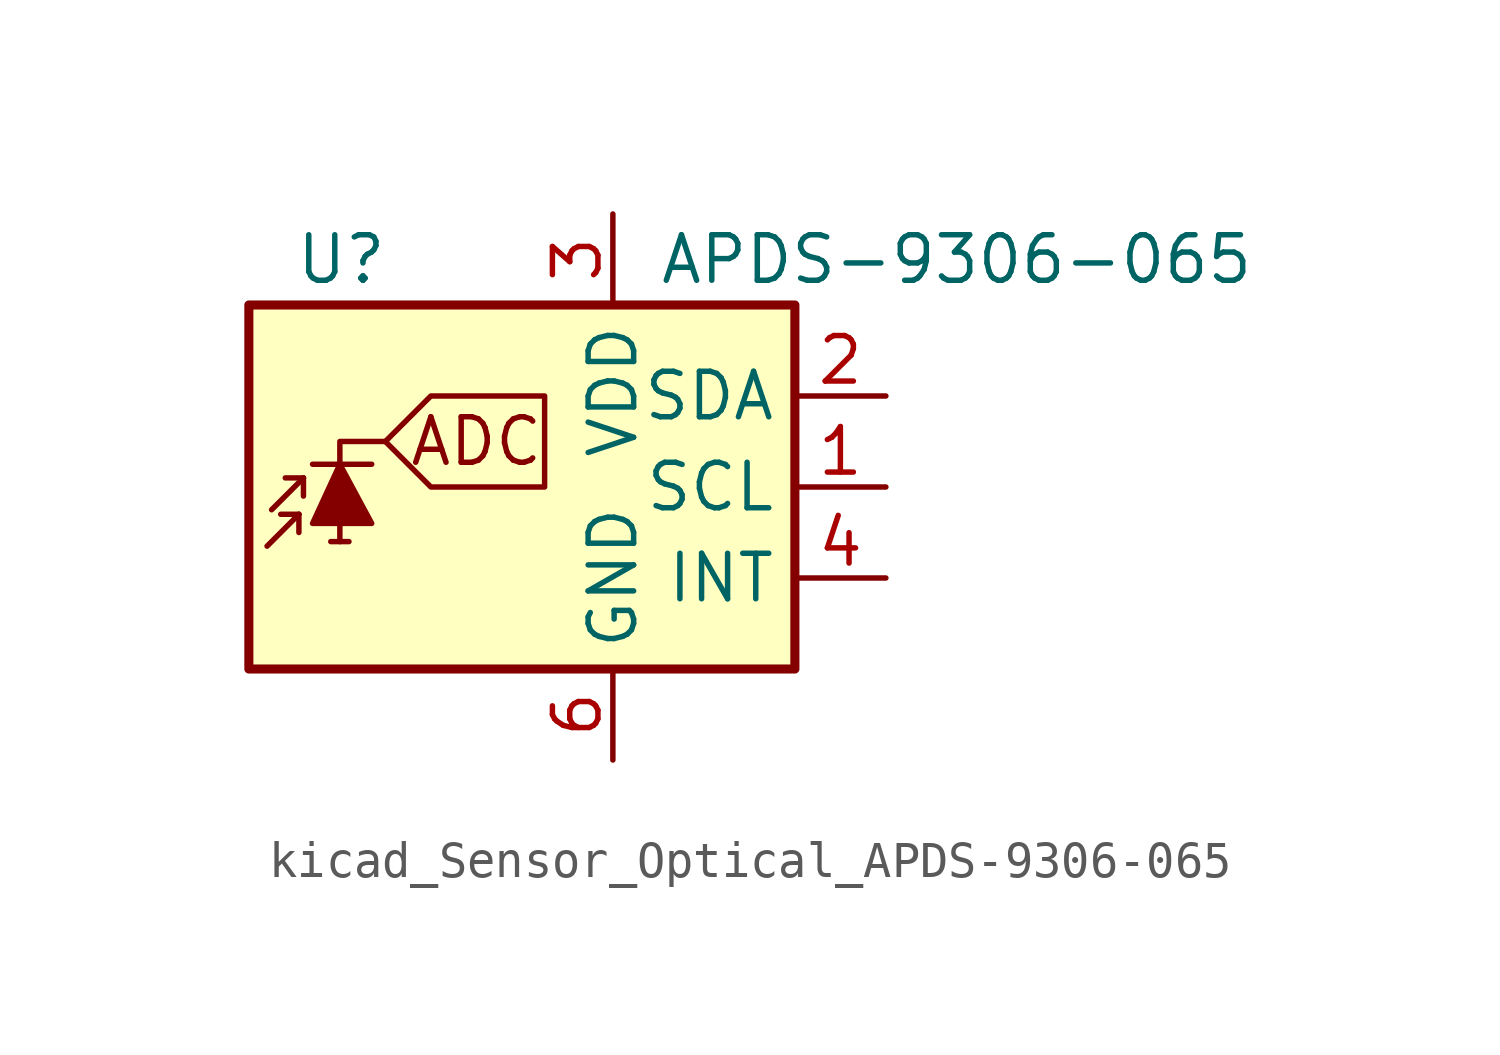
<source format=kicad_sym>
(kicad_symbol_lib
  (version 20220914)
  (generator kicad_symbol_editor)
  (symbol "kicad_Sensor_Optical_APDS-9306-065"
    (property "Reference" "U"
      (at -6.35 6.35 0)
      (effects (font (size 1.27 1.27)) (justify left)))
    (property "Value" "APDS-9306-065"
      (at 3.81 6.35 0)
      (effects (font (size 1.27 1.27)) (justify left)))
    (symbol "kicad_Sensor_Optical_APDS-9306-065_0_0"
      (polyline (pts (xy -3.81 1.27) (xy -2.54 2.54) (xy 0.635 2.54) (xy 0.635 0) (xy -2.54 0) (xy -3.81 1.27)) (stroke (width 0) (type default)) (fill (type none)))
      (text "ADC" (at -1.27 1.27 0) (effects (font (size 1.27 1.27)))))
    (symbol "kicad_Sensor_Optical_APDS-9306-065_0_1"
      (rectangle (start -7.62 5.08) (end 7.62 -5.08) (stroke (width 0.254) (type default)) (fill (type background))))
    (symbol "kicad_Sensor_Optical_APDS-9306-065_1_0"
      (polyline (pts (xy -5.08 -1.524) (xy -5.08 1.27) (xy -3.81 1.27)) (stroke (width 0) (type default)) (fill (type none))))
    (symbol "kicad_Sensor_Optical_APDS-9306-065_1_1"
      (polyline (pts (xy -6.223 -0.762) (xy -7.112 -1.651)) (stroke (width 0) (type default)) (fill (type none)))
      (polyline (pts (xy -6.223 -0.762) (xy -6.731 -0.762)) (stroke (width 0) (type default)) (fill (type none)))
      (polyline (pts (xy -6.223 -0.762) (xy -6.223 -1.27)) (stroke (width 0) (type default)) (fill (type none)))
      (polyline (pts (xy -6.096 0.254) (xy -6.985 -0.635)) (stroke (width 0) (type default)) (fill (type none)))
      (polyline (pts (xy -6.096 0.254) (xy -6.604 0.254)) (stroke (width 0) (type default)) (fill (type none)))
      (polyline (pts (xy -6.096 0.254) (xy -6.096 -0.254)) (stroke (width 0) (type default)) (fill (type none)))
      (polyline (pts (xy -5.842 0.635) (xy -4.191 0.635)) (stroke (width 0) (type default)) (fill (type none)))
      (polyline (pts (xy -4.826 -1.524) (xy -5.334 -1.524)) (stroke (width 0) (type default)) (fill (type none)))
      (polyline (pts (xy -5.842 -1.016) (xy -4.191 -1.016) (xy -5.08 0.635) (xy -5.842 -1.016)) (stroke (width 0) (type default)) (fill (type outline)))
      (pin input line (at 10.16 0 180) (length 2.54) (name "SCL" (effects (font (size 1.27 1.27)))) (number "1" (effects (font (size 1.27 1.27)))))
      (pin bidirectional line (at 10.16 2.54 180) (length 2.54) (name "SDA" (effects (font (size 1.27 1.27)))) (number "2" (effects (font (size 1.27 1.27)))))
      (pin power_in line (at 2.54 7.62 270) (length 2.54) (name "VDD" (effects (font (size 1.27 1.27)))) (number "3" (effects (font (size 1.27 1.27)))))
      (pin open_collector line (at 10.16 -2.54 180) (length 2.54) (name "INT" (effects (font (size 1.27 1.27)))) (number "4" (effects (font (size 1.27 1.27)))))
      (pin no_connect line (at -7.62 2.54 0) (length 2.54) hide (name "NC" (effects (font (size 1.27 1.27)))) (number "5" (effects (font (size 1.27 1.27)))))
      (pin power_in line (at 2.54 -7.62 90) (length 2.54) (name "GND" (effects (font (size 1.27 1.27)))) (number "6" (effects (font (size 1.27 1.27))))))))
</source>
